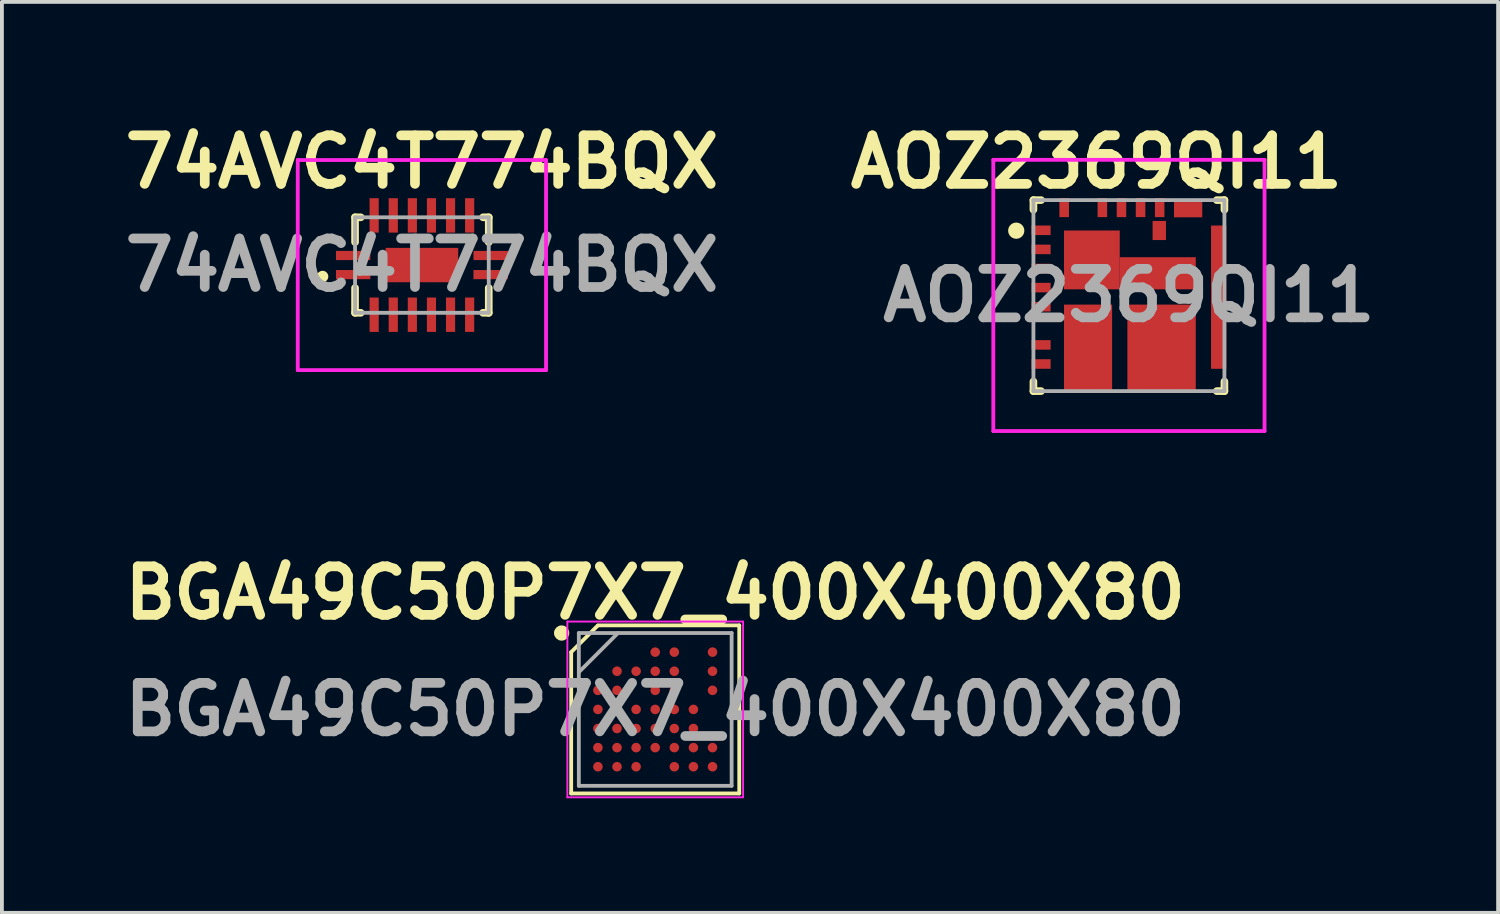
<source format=kicad_pcb>
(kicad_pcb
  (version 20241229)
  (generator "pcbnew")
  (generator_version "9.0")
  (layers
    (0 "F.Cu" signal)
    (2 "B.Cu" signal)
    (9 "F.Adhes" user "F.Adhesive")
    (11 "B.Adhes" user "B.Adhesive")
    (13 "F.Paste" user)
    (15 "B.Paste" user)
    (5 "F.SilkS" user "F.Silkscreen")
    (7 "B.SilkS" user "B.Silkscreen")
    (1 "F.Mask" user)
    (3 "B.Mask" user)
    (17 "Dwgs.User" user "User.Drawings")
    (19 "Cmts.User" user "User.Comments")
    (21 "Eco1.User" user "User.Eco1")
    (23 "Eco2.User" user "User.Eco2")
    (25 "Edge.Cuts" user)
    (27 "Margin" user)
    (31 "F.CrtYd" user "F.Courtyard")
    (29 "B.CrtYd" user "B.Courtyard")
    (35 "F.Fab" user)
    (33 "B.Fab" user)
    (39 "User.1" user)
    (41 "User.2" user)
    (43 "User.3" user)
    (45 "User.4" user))
  (footprint "BGA49C50P7X7_400X400X80"
    (layer "F.Cu")
    (at 14.103 15.522)
    (property "Reference" "BGA49C50P7X7_400X400X80" (at 0 -3.05 0) (layer "F.SilkS") (effects (font (size 1.27 1.27) (thickness 0.254))))
    (attr smd)
    (fp_line (start -2.2 -1.5) (end -1.507 -2.193) (stroke (width 0.1) (type solid)) (layer "F.SilkS"))
    (fp_line (start -2.2 2.2) (end -2.2 -1.5) (stroke (width 0.1) (type solid)) (layer "F.SilkS"))
    (fp_line (start -1.5 -2.2) (end 2.2 -2.2) (stroke (width 0.1) (type solid)) (layer "F.SilkS"))
    (fp_line (start 2.2 -2.2) (end 2.2 2.2) (stroke (width 0.1) (type solid)) (layer "F.SilkS"))
    (fp_line (start 2.2 2.2) (end -2.2 2.2) (stroke (width 0.1) (type solid)) (layer "F.SilkS"))
    (fp_circle (center -2.45 -2) (end -2.45 -1.9) (stroke (width 0.2) (type solid)) (fill no) (layer "F.SilkS"))
    (fp_line (start -2.3 -2.3) (end 2.3 -2.3) (stroke (width 0.05) (type solid)) (layer "F.CrtYd"))
    (fp_line (start -2.3 2.3) (end -2.3 -2.3) (stroke (width 0.05) (type solid)) (layer "F.CrtYd"))
    (fp_line (start 2.3 -2.3) (end 2.3 2.3) (stroke (width 0.05) (type solid)) (layer "F.CrtYd"))
    (fp_line (start 2.3 2.3) (end -2.3 2.3) (stroke (width 0.05) (type solid)) (layer "F.CrtYd"))
    (fp_line (start -2 -2) (end 2 -2) (stroke (width 0.1) (type solid)) (layer "F.Fab"))
    (fp_line (start -2 -0.975) (end -0.975 -2) (stroke (width 0.1) (type solid)) (layer "F.Fab"))
    (fp_line (start -2 2) (end -2 -2) (stroke (width 0.1) (type solid)) (layer "F.Fab"))
    (fp_line (start 2 -2) (end 2 2) (stroke (width 0.1) (type solid)) (layer "F.Fab"))
    (fp_line (start 2 2) (end -2 2) (stroke (width 0.1) (type solid)) (layer "F.Fab"))
    (fp_text user "${REFERENCE}" (at 0 0 0) (layer "F.Fab") (effects (font (size 1.27 1.27) (thickness 0.254))))
    (pad "A4" smd circle (at 0 -1.5 90) (size 0.25 0.25) (layers "F.Cu" "F.Mask" "F.Paste"))
    (pad "A5" smd circle (at 0.5 -1.5 90) (size 0.25 0.25) (layers "F.Cu" "F.Mask" "F.Paste"))
    (pad "A7" smd circle (at 1.5 -1.5 90) (size 0.25 0.25) (layers "F.Cu" "F.Mask" "F.Paste"))
    (pad "B2" smd circle (at -1 -1 90) (size 0.25 0.25) (layers "F.Cu" "F.Mask" "F.Paste"))
    (pad "B3" smd circle (at -0.5 -1 90) (size 0.25 0.25) (layers "F.Cu" "F.Mask" "F.Paste"))
    (pad "B4" smd circle (at 0 -1 90) (size 0.25 0.25) (layers "F.Cu" "F.Mask" "F.Paste"))
    (pad "B5" smd circle (at 0.5 -1 90) (size 0.25 0.25) (layers "F.Cu" "F.Mask" "F.Paste"))
    (pad "B7" smd circle (at 1.5 -1 90) (size 0.25 0.25) (layers "F.Cu" "F.Mask" "F.Paste"))
    (pad "C1" smd circle (at -1.5 -0.5 90) (size 0.25 0.25) (layers "F.Cu" "F.Mask" "F.Paste"))
    (pad "C2" smd circle (at -1 -0.5 90) (size 0.25 0.25) (layers "F.Cu" "F.Mask" "F.Paste"))
    (pad "C4" smd circle (at 0 -0.5 90) (size 0.25 0.25) (layers "F.Cu" "F.Mask" "F.Paste"))
    (pad "C5" smd circle (at 0.5 -0.5 90) (size 0.25 0.25) (layers "F.Cu" "F.Mask" "F.Paste"))
    (pad "C7" smd circle (at 1.5 -0.5 90) (size 0.25 0.25) (layers "F.Cu" "F.Mask" "F.Paste"))
    (pad "D1" smd circle (at -1.5 0 90) (size 0.25 0.25) (layers "F.Cu" "F.Mask" "F.Paste"))
    (pad "D2" smd circle (at -1 0 90) (size 0.25 0.25) (layers "F.Cu" "F.Mask" "F.Paste"))
    (pad "D3" smd circle (at -0.5 0 90) (size 0.25 0.25) (layers "F.Cu" "F.Mask" "F.Paste"))
    (pad "D4" smd circle (at 0 0 90) (size 0.25 0.25) (layers "F.Cu" "F.Mask" "F.Paste"))
    (pad "D5" smd circle (at 0.5 0 90) (size 0.25 0.25) (layers "F.Cu" "F.Mask" "F.Paste"))
    (pad "D6" smd circle (at 1 0 90) (size 0.25 0.25) (layers "F.Cu" "F.Mask" "F.Paste"))
    (pad "E1" smd circle (at -1.5 0.5 90) (size 0.25 0.25) (layers "F.Cu" "F.Mask" "F.Paste"))
    (pad "E2" smd circle (at -1 0.5 90) (size 0.25 0.25) (layers "F.Cu" "F.Mask" "F.Paste"))
    (pad "E3" smd circle (at -0.5 0.5 90) (size 0.25 0.25) (layers "F.Cu" "F.Mask" "F.Paste"))
    (pad "E4" smd circle (at 0 0.5 90) (size 0.25 0.25) (layers "F.Cu" "F.Mask" "F.Paste"))
    (pad "E5" smd circle (at 0.5 0.5 90) (size 0.25 0.25) (layers "F.Cu" "F.Mask" "F.Paste"))
    (pad "E6" smd circle (at 1 0.5 90) (size 0.25 0.25) (layers "F.Cu" "F.Mask" "F.Paste"))
    (pad "F1" smd circle (at -1.5 1 90) (size 0.25 0.25) (layers "F.Cu" "F.Mask" "F.Paste"))
    (pad "F2" smd circle (at -1 1 90) (size 0.25 0.25) (layers "F.Cu" "F.Mask" "F.Paste"))
    (pad "F3" smd circle (at -0.5 1 90) (size 0.25 0.25) (layers "F.Cu" "F.Mask" "F.Paste"))
    (pad "F4" smd circle (at 0 1 90) (size 0.25 0.25) (layers "F.Cu" "F.Mask" "F.Paste"))
    (pad "F5" smd circle (at 0.5 1 90) (size 0.25 0.25) (layers "F.Cu" "F.Mask" "F.Paste"))
    (pad "F6" smd circle (at 1 1 90) (size 0.25 0.25) (layers "F.Cu" "F.Mask" "F.Paste"))
    (pad "F7" smd circle (at 1.5 1 90) (size 0.25 0.25) (layers "F.Cu" "F.Mask" "F.Paste"))
    (pad "G1" smd circle (at -1.5 1.5 90) (size 0.25 0.25) (layers "F.Cu" "F.Mask" "F.Paste"))
    (pad "G2" smd circle (at -1 1.5 90) (size 0.25 0.25) (layers "F.Cu" "F.Mask" "F.Paste"))
    (pad "G3" smd circle (at -0.5 1.5 90) (size 0.25 0.25) (layers "F.Cu" "F.Mask" "F.Paste"))
    (pad "G5" smd circle (at 0.5 1.5 90) (size 0.25 0.25) (layers "F.Cu" "F.Mask" "F.Paste"))
    (pad "G6" smd circle (at 1 1.5 90) (size 0.25 0.25) (layers "F.Cu" "F.Mask" "F.Paste"))
    (pad "G7" smd circle (at 1.5 1.5 90) (size 0.25 0.25) (layers "F.Cu" "F.Mask" "F.Paste")))
  (footprint "AOZ2369QI11"
    (layer "F.Cu")
    (at 26.554 4.689)
    (property "Reference" "AOZ2369QI11" (at -0.9 -3.5 0) (layer "F.SilkS") (effects (font (size 1.27 1.27) (thickness 0.254))))
    (attr smd)
    (fp_line (start -2.55 -2.5) (end -2.35 -2.5) (stroke (width 0.2) (type solid)) (layer "F.SilkS"))
    (fp_line (start -2.55 -2.25) (end -2.55 -2.5) (stroke (width 0.2) (type solid)) (layer "F.SilkS"))
    (fp_line (start -2.55 2.25) (end -2.55 2.5) (stroke (width 0.2) (type solid)) (layer "F.SilkS"))
    (fp_line (start -2.55 2.5) (end -2.35 2.5) (stroke (width 0.2) (type solid)) (layer "F.SilkS"))
    (fp_line (start 2.25 -2.5) (end 2.45 -2.5) (stroke (width 0.2) (type solid)) (layer "F.SilkS"))
    (fp_line (start 2.25 2.5) (end 2.45 2.5) (stroke (width 0.2) (type solid)) (layer "F.SilkS"))
    (fp_line (start 2.45 -2.5) (end 2.45 -2.25) (stroke (width 0.2) (type solid)) (layer "F.SilkS"))
    (fp_line (start 2.45 2.5) (end 2.45 2.25) (stroke (width 0.2) (type solid)) (layer "F.SilkS"))
    (fp_circle (center -3 -1.7) (end -2.838 -1.7) (stroke (width 0.1) (type solid)) (fill yes) (layer "F.SilkS"))
    (fp_line (start -3.6 -3.555) (end 3.5 -3.555) (stroke (width 0.1) (type solid)) (layer "F.CrtYd"))
    (fp_line (start -3.6 3.545) (end -3.6 -3.555) (stroke (width 0.1) (type solid)) (layer "F.CrtYd"))
    (fp_line (start 3.5 -3.555) (end 3.5 3.545) (stroke (width 0.1) (type solid)) (layer "F.CrtYd"))
    (fp_line (start 3.5 3.545) (end -3.6 3.545) (stroke (width 0.1) (type solid)) (layer "F.CrtYd"))
    (fp_line (start -2.55 -2.5) (end 2.45 -2.5) (stroke (width 0.1) (type solid)) (layer "F.Fab"))
    (fp_line (start -2.55 2.5) (end -2.55 -2.5) (stroke (width 0.1) (type solid)) (layer "F.Fab"))
    (fp_line (start 2.45 -2.5) (end 2.45 2.5) (stroke (width 0.1) (type solid)) (layer "F.Fab"))
    (fp_line (start 2.45 2.5) (end -2.55 2.5) (stroke (width 0.1) (type solid)) (layer "F.Fab"))
    (fp_text user "${REFERENCE}" (at -0.05 -0.005 0) (layer "F.Fab") (effects (font (size 1.27 1.27) (thickness 0.254))))
    (pad "1" smd rect (at -2.35 -1.71 90) (size 0.25 0.5) (layers "F.Cu" "F.Mask" "F.Paste"))
    (pad "2" smd rect (at -2.35 -1.21 90) (size 0.25 0.5) (layers "F.Cu" "F.Mask" "F.Paste"))
    (pad "3" smd rect (at -2.35 -0.71 90) (size 0.25 0.5) (layers "F.Cu" "F.Mask" "F.Paste"))
    (pad "4" smd rect (at -2.35 -0.21 90) (size 0.25 0.5) (layers "F.Cu" "F.Mask" "F.Paste"))
    (pad "5" smd rect (at -2.35 0.29 90) (size 0.25 0.5) (layers "F.Cu" "F.Mask" "F.Paste"))
    (pad "6" smd rect (at -2.35 1.79 90) (size 0.25 0.5) (layers "F.Cu" "F.Mask" "F.Paste"))
    (pad "7" smd rect (at -2.35 1.29 90) (size 0.25 0.5) (layers "F.Cu" "F.Mask" "F.Paste"))
    (pad "8" smd rect (at -1.12 1.39) (size 1.26 2.31) (layers "F.Cu" "F.Mask" "F.Paste"))
    (pad "11" smd rect (at 0.805 1.39) (size 1.79 2.31) (layers "F.Cu" "F.Mask" "F.Paste"))
    (pad "12" smd rect (at 0.705 -0.585 90) (size 0.84 1.99) (layers "F.Cu" "F.Mask" "F.Paste"))
    (pad "13" smd rect (at -1.02 -0.935) (size 1.46 1.54) (layers "F.Cu" "F.Mask" "F.Paste"))
    (pad "14" smd rect (at 2.3 0.04) (size 0.4 3.75) (layers "F.Cu" "F.Mask" "F.Paste"))
    (pad "22" smd rect (at 1.5 -2.25 90) (size 0.4 0.74) (layers "F.Cu" "F.Mask" "F.Paste"))
    (pad "24" smd rect (at 0.755 -2.305) (size 0.25 0.5) (layers "F.Cu" "F.Mask" "F.Paste"))
    (pad "25" smd rect (at 0.255 -2.305) (size 0.25 0.5) (layers "F.Cu" "F.Mask" "F.Paste"))
    (pad "26" smd rect (at -0.245 -2.305) (size 0.25 0.5) (layers "F.Cu" "F.Mask" "F.Paste"))
    (pad "27" smd rect (at -0.745 -2.305) (size 0.25 0.5) (layers "F.Cu" "F.Mask" "F.Paste"))
    (pad "28" smd rect (at -1.745 -2.305) (size 0.25 0.5) (layers "F.Cu" "F.Mask" "F.Paste"))
    (pad "29" smd rect (at 0.745 -1.705) (size 0.35 0.5) (layers "F.Cu" "F.Mask" "F.Paste")))
  (footprint "74AVC4T774BQX"
    (layer "F.Cu")
    (at 7.995 3.889)
    (property "Reference" "74AVC4T774BQX" (at 0 -2.7 0) (layer "F.SilkS") (effects (font (size 1.27 1.27) (thickness 0.254))))
    (attr smd)
    (fp_line (start -1.75 -1.25) (end -1.6 -1.25) (stroke (width 0.2) (type solid)) (layer "F.SilkS"))
    (fp_line (start -1.75 -0.6) (end -1.75 -1.25) (stroke (width 0.2) (type solid)) (layer "F.SilkS"))
    (fp_line (start -1.75 0.6) (end -1.75 1.25) (stroke (width 0.2) (type solid)) (layer "F.SilkS"))
    (fp_line (start -1.75 1.25) (end -1.6 1.25) (stroke (width 0.2) (type solid)) (layer "F.SilkS"))
    (fp_line (start 1.6 -1.25) (end 1.75 -1.25) (stroke (width 0.2) (type solid)) (layer "F.SilkS"))
    (fp_line (start 1.75 -1.25) (end 1.75 -0.6) (stroke (width 0.2) (type solid)) (layer "F.SilkS"))
    (fp_line (start 1.75 0.6) (end 1.75 1.25) (stroke (width 0.2) (type solid)) (layer "F.SilkS"))
    (fp_line (start 1.75 1.25) (end 1.6 1.25) (stroke (width 0.2) (type solid)) (layer "F.SilkS"))
    (fp_circle (center -2.6 0.3) (end -2.5 0.3) (stroke (width 0.1) (type solid)) (fill yes) (layer "F.SilkS"))
    (fp_line (start -3.25 -2.75) (end 3.25 -2.75) (stroke (width 0.1) (type solid)) (layer "F.CrtYd"))
    (fp_line (start -3.25 2.75) (end -3.25 -2.75) (stroke (width 0.1) (type solid)) (layer "F.CrtYd"))
    (fp_line (start 3.25 -2.75) (end 3.25 2.75) (stroke (width 0.1) (type solid)) (layer "F.CrtYd"))
    (fp_line (start 3.25 2.75) (end -3.25 2.75) (stroke (width 0.1) (type solid)) (layer "F.CrtYd"))
    (fp_line (start -1.75 -1.25) (end -1.75 1.25) (stroke (width 0.1) (type solid)) (layer "F.Fab"))
    (fp_line (start -1.75 1.25) (end 1.75 1.25) (stroke (width 0.1) (type solid)) (layer "F.Fab"))
    (fp_line (start 1.75 -1.25) (end -1.75 -1.25) (stroke (width 0.1) (type solid)) (layer "F.Fab"))
    (fp_line (start 1.75 1.25) (end 1.75 -1.25) (stroke (width 0.1) (type solid)) (layer "F.Fab"))
    (fp_text user "${REFERENCE}" (at 0 0 0) (layer "F.Fab") (effects (font (size 1.27 1.27) (thickness 0.254))))
    (pad "1" smd rect (at -1.8 0.25 90) (size 0.24 0.9) (layers "F.Cu" "F.Mask" "F.Paste"))
    (pad "2" smd rect (at -1.25 1.3) (size 0.24 0.9) (layers "F.Cu" "F.Mask" "F.Paste"))
    (pad "3" smd rect (at -0.75 1.3) (size 0.24 0.9) (layers "F.Cu" "F.Mask" "F.Paste"))
    (pad "4" smd rect (at -0.25 1.3) (size 0.24 0.9) (layers "F.Cu" "F.Mask" "F.Paste"))
    (pad "5" smd rect (at 0.25 1.3) (size 0.24 0.9) (layers "F.Cu" "F.Mask" "F.Paste"))
    (pad "6" smd rect (at 0.75 1.3) (size 0.24 0.9) (layers "F.Cu" "F.Mask" "F.Paste"))
    (pad "7" smd rect (at 1.25 1.3) (size 0.24 0.9) (layers "F.Cu" "F.Mask" "F.Paste"))
    (pad "8" smd rect (at 1.8 0.25 90) (size 0.24 0.9) (layers "F.Cu" "F.Mask" "F.Paste"))
    (pad "9" smd rect (at 1.8 -0.25 90) (size 0.24 0.9) (layers "F.Cu" "F.Mask" "F.Paste"))
    (pad "10" smd rect (at 1.25 -1.3) (size 0.24 0.9) (layers "F.Cu" "F.Mask" "F.Paste"))
    (pad "11" smd rect (at 0.75 -1.3) (size 0.24 0.9) (layers "F.Cu" "F.Mask" "F.Paste"))
    (pad "12" smd rect (at 0.25 -1.3) (size 0.24 0.9) (layers "F.Cu" "F.Mask" "F.Paste"))
    (pad "13" smd rect (at -0.25 -1.3) (size 0.24 0.9) (layers "F.Cu" "F.Mask" "F.Paste"))
    (pad "14" smd rect (at -0.75 -1.3) (size 0.24 0.9) (layers "F.Cu" "F.Mask" "F.Paste"))
    (pad "15" smd rect (at -1.25 -1.3) (size 0.24 0.9) (layers "F.Cu" "F.Mask" "F.Paste"))
    (pad "16" smd rect (at -1.8 -0.25 90) (size 0.24 0.9) (layers "F.Cu" "F.Mask" "F.Paste"))
    (pad "17" smd rect (at 0 0 90) (size 0.9 1.9) (layers "F.Cu" "F.Mask" "F.Paste")))
  (gr_rect
    (start -3 -3)
    (end 36.169 20.847)
    (stroke (width 0.1) (type default))
    (fill no)
    (layer "Edge.Cuts")))
</source>
